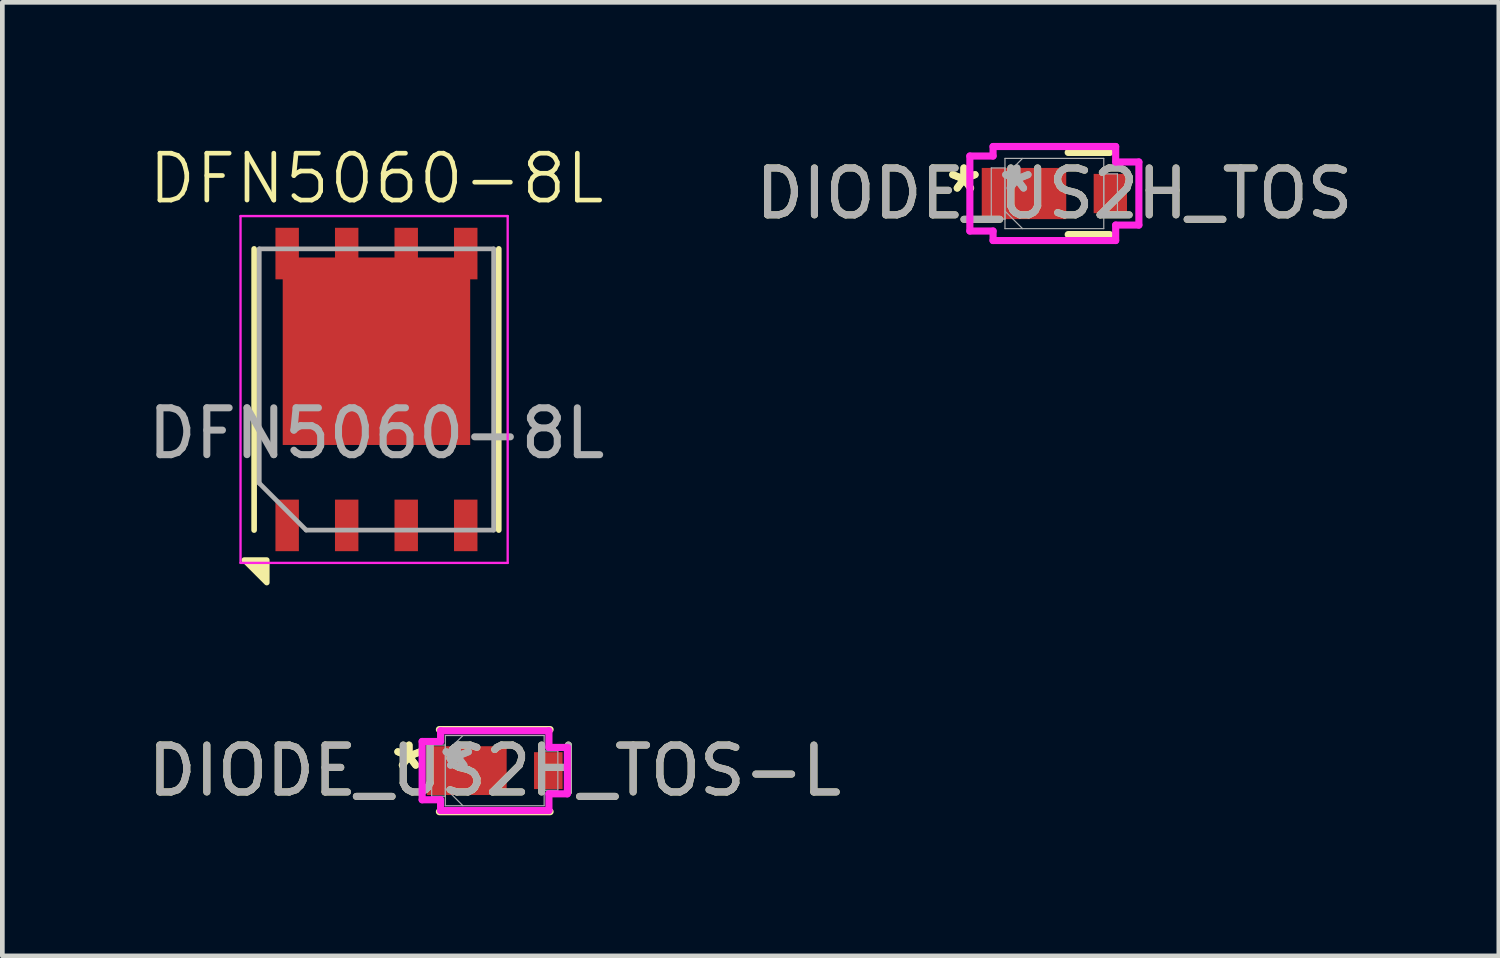
<source format=kicad_pcb>
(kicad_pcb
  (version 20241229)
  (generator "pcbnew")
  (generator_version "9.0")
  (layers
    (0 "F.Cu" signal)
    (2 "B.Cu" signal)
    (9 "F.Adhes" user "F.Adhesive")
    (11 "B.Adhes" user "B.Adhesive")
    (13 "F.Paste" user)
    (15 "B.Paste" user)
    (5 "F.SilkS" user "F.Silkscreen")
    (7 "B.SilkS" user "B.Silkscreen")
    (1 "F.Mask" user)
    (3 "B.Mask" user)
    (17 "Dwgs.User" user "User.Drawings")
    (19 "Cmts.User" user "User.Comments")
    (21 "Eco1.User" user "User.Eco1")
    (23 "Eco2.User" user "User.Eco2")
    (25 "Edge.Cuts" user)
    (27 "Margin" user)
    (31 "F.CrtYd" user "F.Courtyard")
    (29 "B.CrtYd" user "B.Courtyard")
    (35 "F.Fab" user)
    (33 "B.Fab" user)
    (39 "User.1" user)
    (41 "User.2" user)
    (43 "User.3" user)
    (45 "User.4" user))
  (footprint "DFN5060-8L"
    (layer "F.Cu")
    (at 4.982 5.587)
    (property "Reference" "DFN5060-8L" (at 0 -4.826 0) (unlocked yes) (layer "F.SilkS") (effects (font (size 1 1) (thickness 0.1))))
    (attr through_hole)
    (fp_line (start -2.61 2.673) (end -2.61 -3.327) (stroke (width 0.12) (type solid)) (layer "F.SilkS"))
    (fp_line (start 2.61 2.673) (end 2.61 -3.327) (stroke (width 0.12) (type solid)) (layer "F.SilkS"))
    (fp_poly (pts (xy -2.34 3.313) (xy -2.34 3.793) (xy -2.82 3.313) (xy -2.34 3.313)) (stroke (width 0.12) (type solid)) (fill yes) (layer "F.SilkS"))
    (fp_line (start -2.9 -4.027) (end 2.8 -4.027) (stroke (width 0.05) (type solid)) (layer "F.CrtYd"))
    (fp_line (start -2.9 3.373) (end -2.9 -4.027) (stroke (width 0.05) (type solid)) (layer "F.CrtYd"))
    (fp_line (start 2.8 -4.027) (end 2.8 3.373) (stroke (width 0.05) (type solid)) (layer "F.CrtYd"))
    (fp_line (start 2.8 3.373) (end -2.9 3.373) (stroke (width 0.05) (type solid)) (layer "F.CrtYd"))
    (fp_line (start -2.5 -3.327) (end 2.5 -3.327) (stroke (width 0.1) (type solid)) (layer "F.Fab"))
    (fp_line (start -2.5 1.673) (end -2.5 -3.327) (stroke (width 0.1) (type solid)) (layer "F.Fab"))
    (fp_line (start -2.5 1.673) (end -1.5 2.673) (stroke (width 0.1) (type solid)) (layer "F.Fab"))
    (fp_line (start 2.5 -3.327) (end 2.5 2.673) (stroke (width 0.1) (type solid)) (layer "F.Fab"))
    (fp_line (start 2.5 2.673) (end -1.5 2.673) (stroke (width 0.1) (type solid)) (layer "F.Fab"))
    (fp_text user "${REFERENCE}" (at 0 0.609 0) (unlocked yes) (layer "F.Fab") (effects (font (size 1 1) (thickness 0.15))))
    (pad "" smd rect (at -1.5 -2.254) (size 0.8 0.8) (layers "F.Paste"))
    (pad "" smd rect (at -1.5 -1.254) (size 0.8 0.8) (layers "F.Paste"))
    (pad "" smd rect (at -1.5 -0.254) (size 0.8 0.8) (layers "F.Paste"))
    (pad "" smd rect (at -1.5 0.746) (size 0.8 0.8) (layers "F.Paste"))
    (pad "" smd rect (at -0.5 -2.254) (size 0.8 0.8) (layers "F.Paste"))
    (pad "" smd rect (at -0.5 -1.254) (size 0.8 0.8) (layers "F.Paste"))
    (pad "" smd rect (at -0.5 -0.254) (size 0.8 0.8) (layers "F.Paste"))
    (pad "" smd rect (at -0.5 0.746) (size 0.8 0.8) (layers "F.Paste"))
    (pad "" smd rect (at 0.5 -2.254) (size 0.8 0.8) (layers "F.Paste"))
    (pad "" smd rect (at 0.5 -1.254) (size 0.8 0.8) (layers "F.Paste"))
    (pad "" smd rect (at 0.5 -0.254) (size 0.8 0.8) (layers "F.Paste"))
    (pad "" smd rect (at 0.5 0.746) (size 0.8 0.8) (layers "F.Paste"))
    (pad "" smd rect (at 1.5 -2.254) (size 0.8 0.8) (layers "F.Paste"))
    (pad "" smd rect (at 1.5 -1.254) (size 0.8 0.8) (layers "F.Paste"))
    (pad "" smd rect (at 1.5 -0.254) (size 0.8 0.8) (layers "F.Paste"))
    (pad "" smd rect (at 1.5 0.746) (size 0.8 0.8) (layers "F.Paste"))
    (pad "D" smd rect (at -1.905 -3.227) (size 0.5 1.1) (layers "F.Cu" "F.Mask" "F.Paste"))
    (pad "D" smd rect (at -0.635 -3.227) (size 0.5 1.1) (layers "F.Cu" "F.Mask" "F.Paste"))
    (pad "D" smd rect (at 0 -1.143) (size 4 4) (layers "F.Cu" "F.Mask"))
    (pad "D" smd rect (at 0.635 -3.227) (size 0.5 1.1) (layers "F.Cu" "F.Mask" "F.Paste"))
    (pad "D" smd rect (at 1.905 -3.227) (size 0.5 1.1) (layers "F.Cu" "F.Mask" "F.Paste"))
    (pad "G" smd rect (at 1.905 2.573) (size 0.5 1.1) (layers "F.Cu" "F.Mask" "F.Paste"))
    (pad "S" smd rect (at -1.905 2.573) (size 0.5 1.1) (layers "F.Cu" "F.Mask" "F.Paste"))
    (pad "S" smd rect (at -0.635 2.573) (size 0.5 1.1) (layers "F.Cu" "F.Mask" "F.Paste"))
    (pad "S" smd rect (at 0.635 2.573) (size 0.5 1.1) (layers "F.Cu" "F.Mask" "F.Paste")))
  (footprint "DIODE_US2H_TOS"
    (layer "F.Cu")
    (at 19.446 1.079)
    (property "Reference" "DIODE_US2H_TOS" (at 0 0 0) (unlocked yes) (layer "F.SilkS") (effects (font (size 1 1) (thickness 0.15))))
    (attr smd)
    (fp_line (start 0.295 0.876) (end 1.181 0.876) (stroke (width 0.152) (type solid)) (layer "F.SilkS"))
    (fp_line (start 1.181 -0.876) (end 0.295 -0.876) (stroke (width 0.152) (type solid)) (layer "F.SilkS"))
    (fp_line (start -1.803 -0.8) (end -1.308 -0.8) (stroke (width 0.152) (type solid)) (layer "F.CrtYd"))
    (fp_line (start -1.803 0.8) (end -1.803 -0.8) (stroke (width 0.152) (type solid)) (layer "F.CrtYd"))
    (fp_line (start -1.308 -1.003) (end 1.308 -1.003) (stroke (width 0.152) (type solid)) (layer "F.CrtYd"))
    (fp_line (start -1.308 -0.8) (end -1.308 -1.003) (stroke (width 0.152) (type solid)) (layer "F.CrtYd"))
    (fp_line (start -1.308 0.8) (end -1.803 0.8) (stroke (width 0.152) (type solid)) (layer "F.CrtYd"))
    (fp_line (start -1.308 1.003) (end -1.308 0.8) (stroke (width 0.152) (type solid)) (layer "F.CrtYd"))
    (fp_line (start 1.308 -1.003) (end 1.308 -0.673) (stroke (width 0.152) (type solid)) (layer "F.CrtYd"))
    (fp_line (start 1.308 -0.673) (end 1.803 -0.673) (stroke (width 0.152) (type solid)) (layer "F.CrtYd"))
    (fp_line (start 1.308 0.673) (end 1.308 1.003) (stroke (width 0.152) (type solid)) (layer "F.CrtYd"))
    (fp_line (start 1.308 1.003) (end -1.308 1.003) (stroke (width 0.152) (type solid)) (layer "F.CrtYd"))
    (fp_line (start 1.803 -0.673) (end 1.803 0.673) (stroke (width 0.152) (type solid)) (layer "F.CrtYd"))
    (fp_line (start 1.803 0.673) (end 1.308 0.673) (stroke (width 0.152) (type solid)) (layer "F.CrtYd"))
    (fp_line (start -1.346 -0.546) (end -1.346 0.546) (stroke (width 0.025) (type solid)) (layer "F.Fab"))
    (fp_line (start -1.346 0.546) (end -1.054 0.546) (stroke (width 0.025) (type solid)) (layer "F.Fab"))
    (fp_line (start -1.054 -0.749) (end -1.054 0.749) (stroke (width 0.025) (type solid)) (layer "F.Fab"))
    (fp_line (start -1.054 -0.546) (end -1.346 -0.546) (stroke (width 0.025) (type solid)) (layer "F.Fab"))
    (fp_line (start -1.054 -0.375) (end -0.679 -0.749) (stroke (width 0.025) (type solid)) (layer "F.Fab"))
    (fp_line (start -1.054 0.375) (end -0.679 0.749) (stroke (width 0.025) (type solid)) (layer "F.Fab"))
    (fp_line (start -1.054 0.546) (end -1.054 -0.546) (stroke (width 0.025) (type solid)) (layer "F.Fab"))
    (fp_line (start -1.054 0.749) (end 1.054 0.749) (stroke (width 0.025) (type solid)) (layer "F.Fab"))
    (fp_line (start 1.054 -0.749) (end -1.054 -0.749) (stroke (width 0.025) (type solid)) (layer "F.Fab"))
    (fp_line (start 1.054 -0.419) (end 1.054 0.419) (stroke (width 0.025) (type solid)) (layer "F.Fab"))
    (fp_line (start 1.054 0.419) (end 1.346 0.419) (stroke (width 0.025) (type solid)) (layer "F.Fab"))
    (fp_line (start 1.054 0.749) (end 1.054 -0.749) (stroke (width 0.025) (type solid)) (layer "F.Fab"))
    (fp_line (start 1.346 -0.419) (end 1.054 -0.419) (stroke (width 0.025) (type solid)) (layer "F.Fab"))
    (fp_line (start 1.346 0.419) (end 1.346 -0.419) (stroke (width 0.025) (type solid)) (layer "F.Fab"))
    (fp_text user "*" (at -1.93 0 0) (unlocked yes) (layer "F.SilkS") (effects (font (size 1 1) (thickness 0.15))))
    (fp_text user "*" (at -1.93 0 0) (layer "F.SilkS") (effects (font (size 1 1) (thickness 0.15))))
    (fp_text user "${REFERENCE}" (at 0 0 0) (unlocked yes) (layer "F.Fab") (effects (font (size 1 1) (thickness 0.15))))
    (fp_text user "*" (at -0.8 0 0) (unlocked yes) (layer "F.Fab") (effects (font (size 1 1) (thickness 0.15))))
    (fp_text user "*" (at -0.8 0 0) (layer "F.Fab") (effects (font (size 1 1) (thickness 0.15))))
    (pad "1" smd rect (at -0.648 0) (size 1.803 1.092) (layers "F.Cu" "F.Mask" "F.Paste"))
    (pad "2" smd rect (at 1.194 0) (size 0.711 0.838) (layers "F.Cu" "F.Mask" "F.Paste"))
    (zone (net_name "") (layer "F.Cu") (hatch full 0.508) (connect_pads) (min_thickness 0.254) (filled_areas_thickness no) (keepout (tracks not_allowed) (vias not_allowed) (pads allowed) (copperpour not_allowed) (footprints allowed)) (placement (enabled no)) (fill) (polygon (pts (xy 19.751 0.381) (xy 20.234 0.381) (xy 20.234 1.778) (xy 19.751 1.778)))))
  (footprint "DIODE_US2H_TOS-L"
    (layer "F.Cu")
    (at 7.506 13.392)
    (property "Reference" "DIODE_US2H_TOS-L" (at 0 0 0) (unlocked yes) (layer "F.SilkS") (effects (font (size 1 1) (thickness 0.15))))
    (attr smd)
    (fp_line (start -1.181 0.876) (end 1.181 0.876) (stroke (width 0.152) (type solid)) (layer "F.SilkS"))
    (fp_line (start 1.181 -0.876) (end -1.181 -0.876) (stroke (width 0.152) (type solid)) (layer "F.SilkS"))
    (fp_line (start -1.549 -0.622) (end -1.156 -0.622) (stroke (width 0.152) (type solid)) (layer "F.CrtYd"))
    (fp_line (start -1.549 0.622) (end -1.549 -0.622) (stroke (width 0.152) (type solid)) (layer "F.CrtYd"))
    (fp_line (start -1.156 -0.851) (end 1.156 -0.851) (stroke (width 0.152) (type solid)) (layer "F.CrtYd"))
    (fp_line (start -1.156 -0.622) (end -1.156 -0.851) (stroke (width 0.152) (type solid)) (layer "F.CrtYd"))
    (fp_line (start -1.156 0.622) (end -1.549 0.622) (stroke (width 0.152) (type solid)) (layer "F.CrtYd"))
    (fp_line (start -1.156 0.851) (end -1.156 0.622) (stroke (width 0.152) (type solid)) (layer "F.CrtYd"))
    (fp_line (start 1.156 -0.851) (end 1.156 -0.495) (stroke (width 0.152) (type solid)) (layer "F.CrtYd"))
    (fp_line (start 1.156 -0.495) (end 1.549 -0.495) (stroke (width 0.152) (type solid)) (layer "F.CrtYd"))
    (fp_line (start 1.156 0.495) (end 1.156 0.851) (stroke (width 0.152) (type solid)) (layer "F.CrtYd"))
    (fp_line (start 1.156 0.851) (end -1.156 0.851) (stroke (width 0.152) (type solid)) (layer "F.CrtYd"))
    (fp_line (start 1.549 -0.495) (end 1.549 0.495) (stroke (width 0.152) (type solid)) (layer "F.CrtYd"))
    (fp_line (start 1.549 0.495) (end 1.156 0.495) (stroke (width 0.152) (type solid)) (layer "F.CrtYd"))
    (fp_line (start -1.346 -0.546) (end -1.346 0.546) (stroke (width 0.025) (type solid)) (layer "F.Fab"))
    (fp_line (start -1.346 0.546) (end -1.054 0.546) (stroke (width 0.025) (type solid)) (layer "F.Fab"))
    (fp_line (start -1.054 -0.749) (end -1.054 0.749) (stroke (width 0.025) (type solid)) (layer "F.Fab"))
    (fp_line (start -1.054 -0.546) (end -1.346 -0.546) (stroke (width 0.025) (type solid)) (layer "F.Fab"))
    (fp_line (start -1.054 -0.375) (end -0.679 -0.749) (stroke (width 0.025) (type solid)) (layer "F.Fab"))
    (fp_line (start -1.054 0.375) (end -0.679 0.749) (stroke (width 0.025) (type solid)) (layer "F.Fab"))
    (fp_line (start -1.054 0.546) (end -1.054 -0.546) (stroke (width 0.025) (type solid)) (layer "F.Fab"))
    (fp_line (start -1.054 0.749) (end 1.054 0.749) (stroke (width 0.025) (type solid)) (layer "F.Fab"))
    (fp_line (start 1.054 -0.749) (end -1.054 -0.749) (stroke (width 0.025) (type solid)) (layer "F.Fab"))
    (fp_line (start 1.054 -0.419) (end 1.054 0.419) (stroke (width 0.025) (type solid)) (layer "F.Fab"))
    (fp_line (start 1.054 0.419) (end 1.346 0.419) (stroke (width 0.025) (type solid)) (layer "F.Fab"))
    (fp_line (start 1.054 0.749) (end 1.054 -0.749) (stroke (width 0.025) (type solid)) (layer "F.Fab"))
    (fp_line (start 1.346 -0.419) (end 1.054 -0.419) (stroke (width 0.025) (type solid)) (layer "F.Fab"))
    (fp_line (start 1.346 0.419) (end 1.346 -0.419) (stroke (width 0.025) (type solid)) (layer "F.Fab"))
    (fp_text user "*" (at -1.829 0 0) (unlocked yes) (layer "F.SilkS") (effects (font (size 1 1) (thickness 0.15))))
    (fp_text user "*" (at -1.829 0 0) (layer "F.SilkS") (effects (font (size 1 1) (thickness 0.15))))
    (fp_text user "*" (at -0.8 0 0) (unlocked yes) (layer "F.Fab") (effects (font (size 1 1) (thickness 0.15))))
    (fp_text user "*" (at -0.8 0 0) (layer "F.Fab") (effects (font (size 1 1) (thickness 0.15))))
    (fp_text user "${REFERENCE}" (at 0 0 0) (unlocked yes) (layer "F.Fab") (effects (font (size 1 1) (thickness 0.15))))
    (pad "1" smd rect (at -0.597 0) (size 1.702 1.041) (layers "F.Cu" "F.Mask" "F.Paste"))
    (pad "2" smd rect (at 1.143 0) (size 0.61 0.787) (layers "F.Cu" "F.Mask" "F.Paste"))
    (zone (net_name "") (layer "F.Cu") (hatch full 0.508) (connect_pads) (min_thickness 0.254) (filled_areas_thickness no) (keepout (tracks not_allowed) (vias not_allowed) (pads allowed) (copperpour not_allowed) (footprints allowed)) (placement (enabled no)) (fill) (polygon (pts (xy 7.811 12.694) (xy 8.293 12.694) (xy 8.293 14.091) (xy 7.811 14.091)))))
  (gr_rect
    (start -3 -3)
    (end 28.929 17.345)
    (stroke (width 0.1) (type default))
    (fill no)
    (layer "Edge.Cuts")))
</source>
